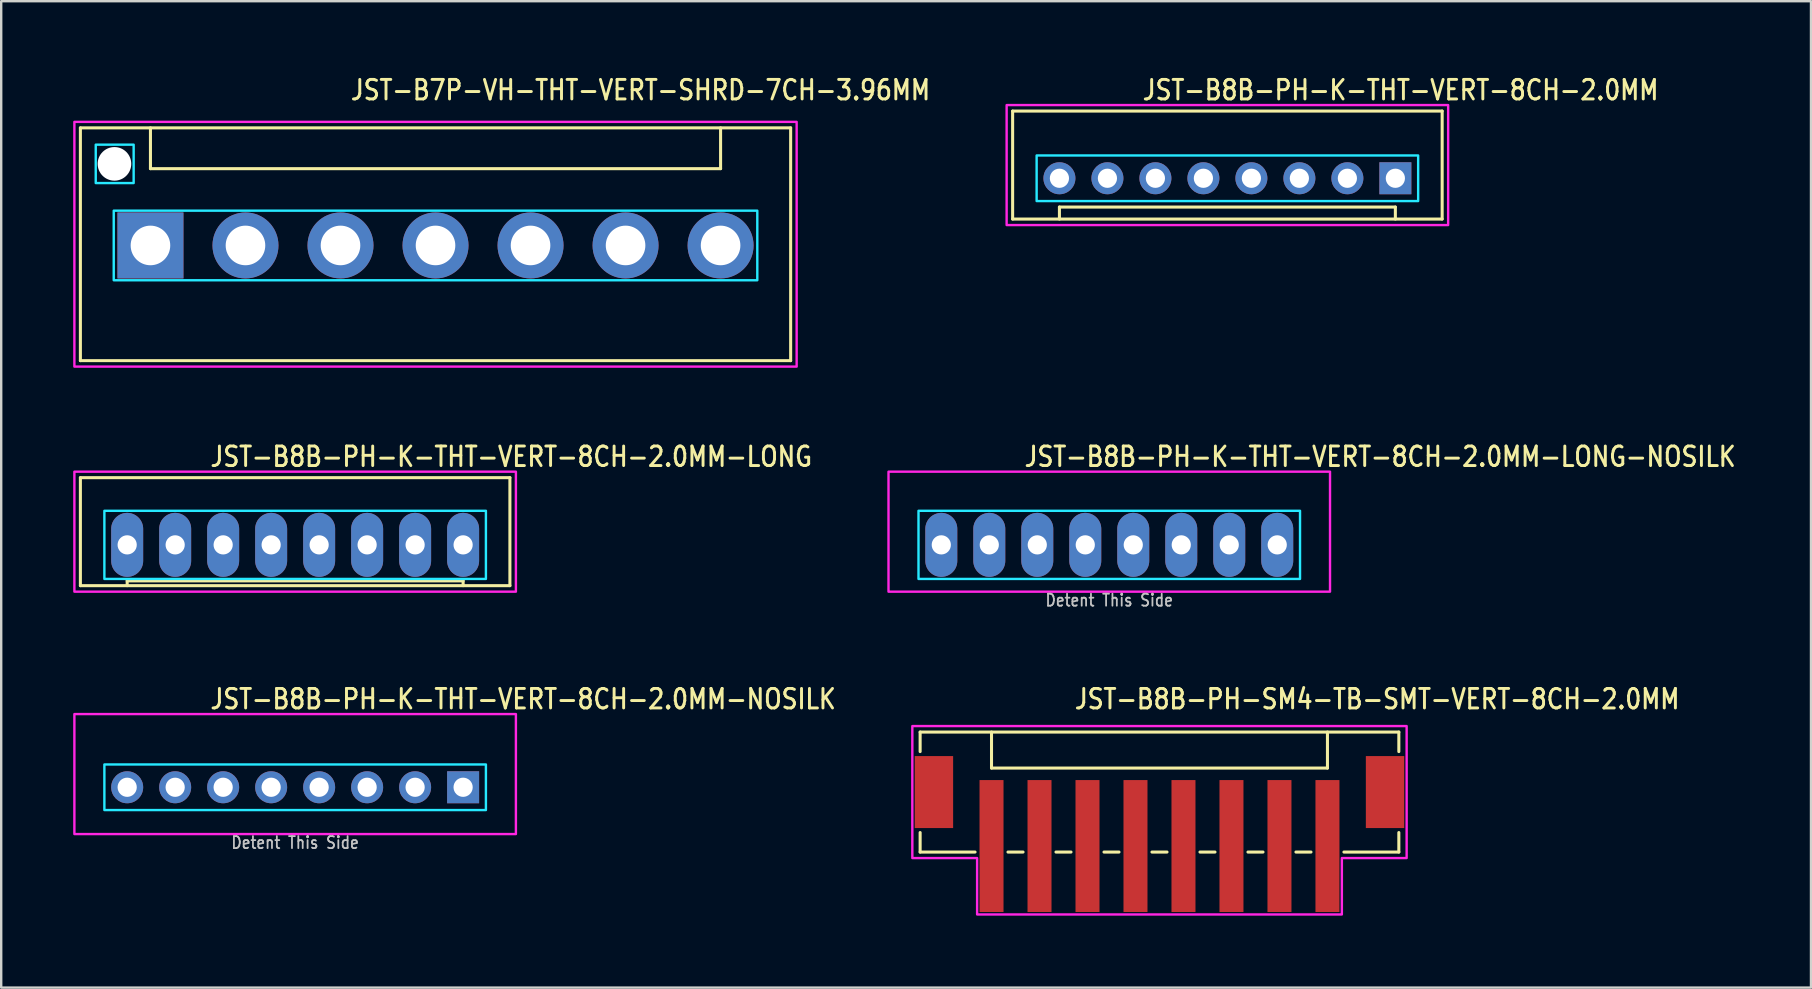
<source format=kicad_pcb>
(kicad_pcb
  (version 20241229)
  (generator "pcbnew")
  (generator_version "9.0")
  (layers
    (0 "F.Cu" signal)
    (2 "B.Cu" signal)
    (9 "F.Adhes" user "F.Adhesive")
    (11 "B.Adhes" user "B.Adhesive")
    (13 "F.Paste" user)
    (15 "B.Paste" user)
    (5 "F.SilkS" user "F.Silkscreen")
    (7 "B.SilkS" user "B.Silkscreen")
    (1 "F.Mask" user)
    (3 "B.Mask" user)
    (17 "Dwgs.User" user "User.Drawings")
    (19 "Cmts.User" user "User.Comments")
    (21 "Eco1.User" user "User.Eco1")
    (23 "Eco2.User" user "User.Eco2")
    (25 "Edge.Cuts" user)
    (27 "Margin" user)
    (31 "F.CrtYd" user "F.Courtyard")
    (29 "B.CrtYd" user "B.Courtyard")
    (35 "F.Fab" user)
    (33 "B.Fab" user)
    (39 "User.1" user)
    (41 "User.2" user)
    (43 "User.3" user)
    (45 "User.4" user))
  (footprint "JST-B7P-VH-THT-VERT-SHRD-7CH-3.96MM"
    (layer "F.Cu")
    (at 15.1 7.179)
    (property "Reference" "JST-B7P-VH-THT-VERT-SHRD-7CH-3.96MM" (at -3.6 -6 0) (unlocked yes) (layer "F.SilkS") (effects (font (size 0.813 0.695) (thickness 0.122)) (justify left bottom)))
    (fp_line (start -14.8 -4.9) (end 14.8 -4.9) (stroke (width 0.127) (type solid)) (layer "F.SilkS"))
    (fp_line (start -14.8 4.8) (end -14.8 -4.9) (stroke (width 0.127) (type solid)) (layer "F.SilkS"))
    (fp_line (start -14.8 4.8) (end 14.8 4.8) (stroke (width 0.127) (type solid)) (layer "F.SilkS"))
    (fp_line (start -11.88 -4.9) (end -11.88 -3.2) (stroke (width 0.127) (type solid)) (layer "F.SilkS"))
    (fp_line (start -11.88 -3.2) (end 11.88 -3.2) (stroke (width 0.127) (type solid)) (layer "F.SilkS"))
    (fp_line (start 11.88 -4.9) (end 11.88 -3.2) (stroke (width 0.127) (type solid)) (layer "F.SilkS"))
    (fp_line (start 14.8 -4.9) (end 14.8 4.8) (stroke (width 0.127) (type solid)) (layer "F.SilkS"))
    (fp_poly (pts (xy -13.41 -1.45) (xy -13.41 1.45) (xy 13.41 1.45) (xy 13.41 -1.45)) (stroke (width 0.1) (type solid)) (fill no) (layer "B.CrtYd"))
    (fp_poly (pts (xy -12.58 -4.2) (xy -12.58 -2.6) (xy -14.16 -2.6) (xy -14.16 -4.2)) (stroke (width 0.1) (type solid)) (fill no) (layer "B.CrtYd"))
    (fp_poly (pts (xy -15.05 -5.15) (xy -15.05 5.05) (xy 15.05 5.05) (xy 15.05 -5.15)) (stroke (width 0.1) (type solid)) (fill no) (layer "F.CrtYd"))
    (pad "" np_thru_hole circle (at -13.38 -3.4) (size 1.4 1.4) (drill 1.4) (layers "*.Cu" "*.Mask"))
    (pad "1" thru_hole rect (at -11.88 0) (size 2.75 2.75) (drill 1.65) (layers "*.Cu" "*.Mask"))
    (pad "2" thru_hole oval (at -7.92 0) (size 2.75 2.75) (drill 1.65) (layers "*.Cu" "*.Mask"))
    (pad "3" thru_hole oval (at -3.96 0) (size 2.75 2.75) (drill 1.65) (layers "*.Cu" "*.Mask"))
    (pad "4" thru_hole oval (at 0 0) (size 2.75 2.75) (drill 1.65) (layers "*.Cu" "*.Mask"))
    (pad "5" thru_hole oval (at 3.96 0) (size 2.75 2.75) (drill 1.65) (layers "*.Cu" "*.Mask"))
    (pad "6" thru_hole oval (at 7.92 0) (size 2.75 2.75) (drill 1.65) (layers "*.Cu" "*.Mask"))
    (pad "7" thru_hole oval (at 11.88 0) (size 2.75 2.75) (drill 1.65) (layers "*.Cu" "*.Mask")))
  (footprint "JST-B8B-PH-K-THT-VERT-8CH-2.0MM-LONG"
    (layer "F.Cu")
    (at 9.25 19.657)
    (property "Reference" "JST-B8B-PH-K-THT-VERT-8CH-2.0MM-LONG" (at -3.6 -3.2 0) (unlocked yes) (layer "F.SilkS") (effects (font (size 0.813 0.695) (thickness 0.122)) (justify left bottom)))
    (fp_line (start -8.95 -2.8) (end -8.95 1.7) (stroke (width 0.127) (type solid)) (layer "F.SilkS"))
    (fp_line (start -8.95 -2.8) (end 8.95 -2.8) (stroke (width 0.127) (type solid)) (layer "F.SilkS"))
    (fp_line (start -8.95 1.7) (end 8.95 1.7) (stroke (width 0.127) (type solid)) (layer "F.SilkS"))
    (fp_line (start -7 1.7) (end -7 1.5) (stroke (width 0.127) (type solid)) (layer "F.SilkS"))
    (fp_line (start 7 1.5) (end -7 1.5) (stroke (width 0.127) (type solid)) (layer "F.SilkS"))
    (fp_line (start 7 1.7) (end 7 1.5) (stroke (width 0.127) (type solid)) (layer "F.SilkS"))
    (fp_line (start 8.95 1.7) (end 8.95 -2.8) (stroke (width 0.127) (type solid)) (layer "F.SilkS"))
    (fp_poly (pts (xy -7.95 -1.42) (xy -7.95 1.42) (xy 7.95 1.42) (xy 7.95 -1.42)) (stroke (width 0.1) (type solid)) (fill no) (layer "B.CrtYd"))
    (fp_poly (pts (xy -9.2 1.95) (xy -9.2 -3.05) (xy 9.2 -3.05) (xy 9.2 1.95)) (stroke (width 0.1) (type solid)) (fill no) (layer "F.CrtYd"))
    (pad "1" thru_hole oval (at 7 0 90) (size 2.667 1.333) (drill 0.8) (layers "*.Cu" "*.Mask"))
    (pad "2" thru_hole oval (at 5 0 90) (size 2.667 1.333) (drill 0.8) (layers "*.Cu" "*.Mask"))
    (pad "3" thru_hole oval (at 3 0 90) (size 2.667 1.333) (drill 0.8) (layers "*.Cu" "*.Mask"))
    (pad "4" thru_hole oval (at 1 0 90) (size 2.667 1.333) (drill 0.8) (layers "*.Cu" "*.Mask"))
    (pad "5" thru_hole oval (at -1 0 90) (size 2.667 1.333) (drill 0.8) (layers "*.Cu" "*.Mask"))
    (pad "6" thru_hole oval (at -3 0 90) (size 2.667 1.333) (drill 0.8) (layers "*.Cu" "*.Mask"))
    (pad "7" thru_hole oval (at -5 0 90) (size 2.667 1.333) (drill 0.8) (layers "*.Cu" "*.Mask"))
    (pad "8" thru_hole oval (at -7 0 90) (size 2.667 1.333) (drill 0.8) (layers "*.Cu" "*.Mask")))
  (footprint "JST-B8B-PH-K-THT-VERT-8CH-2.0MM"
    (layer "F.Cu")
    (at 48.101 4.379)
    (property "Reference" "JST-B8B-PH-K-THT-VERT-8CH-2.0MM" (at -3.6 -3.2 0) (unlocked yes) (layer "F.SilkS") (effects (font (size 0.813 0.695) (thickness 0.122)) (justify left bottom)))
    (fp_line (start -8.95 -2.8) (end -8.95 1.7) (stroke (width 0.127) (type solid)) (layer "F.SilkS"))
    (fp_line (start -8.95 -2.8) (end 8.95 -2.8) (stroke (width 0.127) (type solid)) (layer "F.SilkS"))
    (fp_line (start -8.95 1.7) (end 8.95 1.7) (stroke (width 0.127) (type solid)) (layer "F.SilkS"))
    (fp_line (start -7 1.7) (end -7 1.2) (stroke (width 0.127) (type solid)) (layer "F.SilkS"))
    (fp_line (start 7 1.2) (end -7 1.2) (stroke (width 0.127) (type solid)) (layer "F.SilkS"))
    (fp_line (start 7 1.7) (end 7 1.2) (stroke (width 0.127) (type solid)) (layer "F.SilkS"))
    (fp_line (start 8.95 1.7) (end 8.95 -2.8) (stroke (width 0.127) (type solid)) (layer "F.SilkS"))
    (fp_poly (pts (xy -7.95 -0.95) (xy -7.95 0.95) (xy 7.95 0.95) (xy 7.95 -0.95)) (stroke (width 0.1) (type solid)) (fill no) (layer "B.CrtYd"))
    (fp_poly (pts (xy -9.2 1.95) (xy -9.2 -3.05) (xy 9.2 -3.05) (xy 9.2 1.95)) (stroke (width 0.1) (type solid)) (fill no) (layer "F.CrtYd"))
    (pad "1" thru_hole rect (at 7 0) (size 1.333 1.333) (drill 0.8) (layers "*.Cu" "*.Mask"))
    (pad "2" thru_hole oval (at 5 0) (size 1.333 1.333) (drill 0.8) (layers "*.Cu" "*.Mask"))
    (pad "3" thru_hole oval (at 3 0) (size 1.333 1.333) (drill 0.8) (layers "*.Cu" "*.Mask"))
    (pad "4" thru_hole oval (at 1 0) (size 1.333 1.333) (drill 0.8) (layers "*.Cu" "*.Mask"))
    (pad "5" thru_hole oval (at -1 0) (size 1.333 1.333) (drill 0.8) (layers "*.Cu" "*.Mask"))
    (pad "6" thru_hole oval (at -3 0) (size 1.333 1.333) (drill 0.8) (layers "*.Cu" "*.Mask"))
    (pad "7" thru_hole oval (at -5 0) (size 1.333 1.333) (drill 0.8) (layers "*.Cu" "*.Mask"))
    (pad "8" thru_hole oval (at -7 0) (size 1.333 1.333) (drill 0.8) (layers "*.Cu" "*.Mask")))
  (footprint "JST-B8B-PH-K-THT-VERT-8CH-2.0MM-NOSILK"
    (layer "F.Cu")
    (at 9.25 29.759)
    (property "Reference" "JST-B8B-PH-K-THT-VERT-8CH-2.0MM-NOSILK" (at -3.6 -3.2 0) (unlocked yes) (layer "F.SilkS") (effects (font (size 0.813 0.695) (thickness 0.122)) (justify left bottom)))
    (fp_poly (pts (xy -7.95 -0.95) (xy -7.95 0.95) (xy 7.95 0.95) (xy 7.95 -0.95)) (stroke (width 0.1) (type solid)) (fill no) (layer "B.CrtYd"))
    (fp_poly (pts (xy -9.2 1.95) (xy -9.2 -3.05) (xy 9.2 -3.05) (xy 9.2 1.95)) (stroke (width 0.1) (type solid)) (fill no) (layer "F.CrtYd"))
    (fp_text user "Detent This Side" (at 0 2.6 0) (unlocked yes) (layer "Dwgs.User") (effects (font (size 0.5 0.427) (thickness 0.075)) (justify bottom)))
    (pad "1" thru_hole rect (at 7 0) (size 1.333 1.333) (drill 0.8) (layers "*.Cu" "*.Mask"))
    (pad "2" thru_hole oval (at 5 0) (size 1.333 1.333) (drill 0.8) (layers "*.Cu" "*.Mask"))
    (pad "3" thru_hole oval (at 3 0) (size 1.333 1.333) (drill 0.8) (layers "*.Cu" "*.Mask"))
    (pad "4" thru_hole oval (at 1 0) (size 1.333 1.333) (drill 0.8) (layers "*.Cu" "*.Mask"))
    (pad "5" thru_hole oval (at -1 0) (size 1.333 1.333) (drill 0.8) (layers "*.Cu" "*.Mask"))
    (pad "6" thru_hole oval (at -3 0) (size 1.333 1.333) (drill 0.8) (layers "*.Cu" "*.Mask"))
    (pad "7" thru_hole oval (at -5 0) (size 1.333 1.333) (drill 0.8) (layers "*.Cu" "*.Mask"))
    (pad "8" thru_hole oval (at -7 0) (size 1.333 1.333) (drill 0.8) (layers "*.Cu" "*.Mask")))
  (footprint "JST-B8B-PH-SM4-TB-SMT-VERT-8CH-2.0MM"
    (layer "F.Cu")
    (at 45.271 29.959)
    (property "Reference" "JST-B8B-PH-SM4-TB-SMT-VERT-8CH-2.0MM" (at -3.6 -3.4 0) (unlocked yes) (layer "F.SilkS") (effects (font (size 0.813 0.695) (thickness 0.122)) (justify left bottom)))
    (fp_line (start -9.975 -2.5) (end -9.975 -1.687) (stroke (width 0.127) (type solid)) (layer "F.SilkS"))
    (fp_line (start -9.975 -2.5) (end 9.975 -2.5) (stroke (width 0.127) (type solid)) (layer "F.SilkS"))
    (fp_line (start -9.975 2.5) (end -9.975 1.687) (stroke (width 0.127) (type solid)) (layer "F.SilkS"))
    (fp_line (start -9.975 2.5) (end -7.686 2.5) (stroke (width 0.127) (type solid)) (layer "F.SilkS"))
    (fp_line (start -7 -2.5) (end -7 -1) (stroke (width 0.127) (type solid)) (layer "F.SilkS"))
    (fp_line (start -7 -1) (end 7 -1) (stroke (width 0.127) (type solid)) (layer "F.SilkS"))
    (fp_line (start -6.314 2.5) (end -5.686 2.5) (stroke (width 0.127) (type solid)) (layer "F.SilkS"))
    (fp_line (start -4.314 2.5) (end -3.687 2.5) (stroke (width 0.127) (type solid)) (layer "F.SilkS"))
    (fp_line (start -2.313 2.5) (end -1.687 2.5) (stroke (width 0.127) (type solid)) (layer "F.SilkS"))
    (fp_line (start -0.314 2.5) (end 0.314 2.5) (stroke (width 0.127) (type solid)) (layer "F.SilkS"))
    (fp_line (start 1.687 2.5) (end 2.313 2.5) (stroke (width 0.127) (type solid)) (layer "F.SilkS"))
    (fp_line (start 3.687 2.5) (end 4.314 2.5) (stroke (width 0.127) (type solid)) (layer "F.SilkS"))
    (fp_line (start 5.686 2.5) (end 6.314 2.5) (stroke (width 0.127) (type solid)) (layer "F.SilkS"))
    (fp_line (start 7 -1) (end 7 -2.5) (stroke (width 0.127) (type solid)) (layer "F.SilkS"))
    (fp_line (start 7.686 2.5) (end 9.975 2.5) (stroke (width 0.127) (type solid)) (layer "F.SilkS"))
    (fp_line (start 9.975 -1.687) (end 9.975 -2.5) (stroke (width 0.127) (type solid)) (layer "F.SilkS"))
    (fp_line (start 9.975 1.687) (end 9.975 2.5) (stroke (width 0.127) (type solid)) (layer "F.SilkS"))
    (fp_poly (pts (xy -10.3 -2.75) (xy -10.3 2.75) (xy -7.6 2.75) (xy -7.6 5.1) (xy 7.6 5.1) (xy 7.6 2.75) (xy 10.3 2.75) (xy 10.3 -2.75)) (stroke (width 0.1) (type solid)) (fill no) (layer "F.CrtYd"))
    (pad "1" smd rect (at -7 2.25) (size 1 5.5) (layers "F.Cu" "F.Mask" "F.Paste"))
    (pad "2" smd rect (at -5 2.25) (size 1 5.5) (layers "F.Cu" "F.Mask" "F.Paste"))
    (pad "3" smd rect (at -3 2.25) (size 1 5.5) (layers "F.Cu" "F.Mask" "F.Paste"))
    (pad "4" smd rect (at -1 2.25) (size 1 5.5) (layers "F.Cu" "F.Mask" "F.Paste"))
    (pad "5" smd rect (at 1 2.25) (size 1 5.5) (layers "F.Cu" "F.Mask" "F.Paste"))
    (pad "6" smd rect (at 3 2.25) (size 1 5.5) (layers "F.Cu" "F.Mask" "F.Paste"))
    (pad "7" smd rect (at 5 2.25) (size 1 5.5) (layers "F.Cu" "F.Mask" "F.Paste"))
    (pad "8" smd rect (at 7 2.25) (size 1 5.5) (layers "F.Cu" "F.Mask" "F.Paste"))
    (pad "S_1" smd rect (at -9.4 0) (size 1.6 3) (layers "F.Cu" "F.Mask" "F.Paste"))
    (pad "S_2" smd rect (at 9.4 0) (size 1.6 3) (layers "F.Cu" "F.Mask" "F.Paste")))
  (footprint "JST-B8B-PH-K-THT-VERT-8CH-2.0MM-LONG-NOSILK"
    (layer "F.Cu")
    (at 43.178 19.657)
    (property "Reference" "JST-B8B-PH-K-THT-VERT-8CH-2.0MM-LONG-NOSILK" (at -3.6 -3.2 0) (unlocked yes) (layer "F.SilkS") (effects (font (size 0.813 0.695) (thickness 0.122)) (justify left bottom)))
    (fp_poly (pts (xy -7.95 -1.42) (xy -7.95 1.42) (xy 7.95 1.42) (xy 7.95 -1.42)) (stroke (width 0.1) (type solid)) (fill no) (layer "B.CrtYd"))
    (fp_poly (pts (xy -9.2 1.95) (xy -9.2 -3.05) (xy 9.2 -3.05) (xy 9.2 1.95)) (stroke (width 0.1) (type solid)) (fill no) (layer "F.CrtYd"))
    (fp_text user "Detent This Side" (at 0 2.6 0) (unlocked yes) (layer "Dwgs.User") (effects (font (size 0.5 0.427) (thickness 0.075)) (justify bottom)))
    (pad "1" thru_hole oval (at 7 0 90) (size 2.667 1.333) (drill 0.8) (layers "*.Cu" "*.Mask"))
    (pad "2" thru_hole oval (at 5 0 90) (size 2.667 1.333) (drill 0.8) (layers "*.Cu" "*.Mask"))
    (pad "3" thru_hole oval (at 3 0 90) (size 2.667 1.333) (drill 0.8) (layers "*.Cu" "*.Mask"))
    (pad "4" thru_hole oval (at 1 0 90) (size 2.667 1.333) (drill 0.8) (layers "*.Cu" "*.Mask"))
    (pad "5" thru_hole oval (at -1 0 90) (size 2.667 1.333) (drill 0.8) (layers "*.Cu" "*.Mask"))
    (pad "6" thru_hole oval (at -3 0 90) (size 2.667 1.333) (drill 0.8) (layers "*.Cu" "*.Mask"))
    (pad "7" thru_hole oval (at -5 0 90) (size 2.667 1.333) (drill 0.8) (layers "*.Cu" "*.Mask"))
    (pad "8" thru_hole oval (at -7 0 90) (size 2.667 1.333) (drill 0.8) (layers "*.Cu" "*.Mask")))
  (gr_rect
    (start -3 -3)
    (end 72.422 38.109)
    (stroke (width 0.1) (type default))
    (fill no)
    (layer "Edge.Cuts")))
</source>
